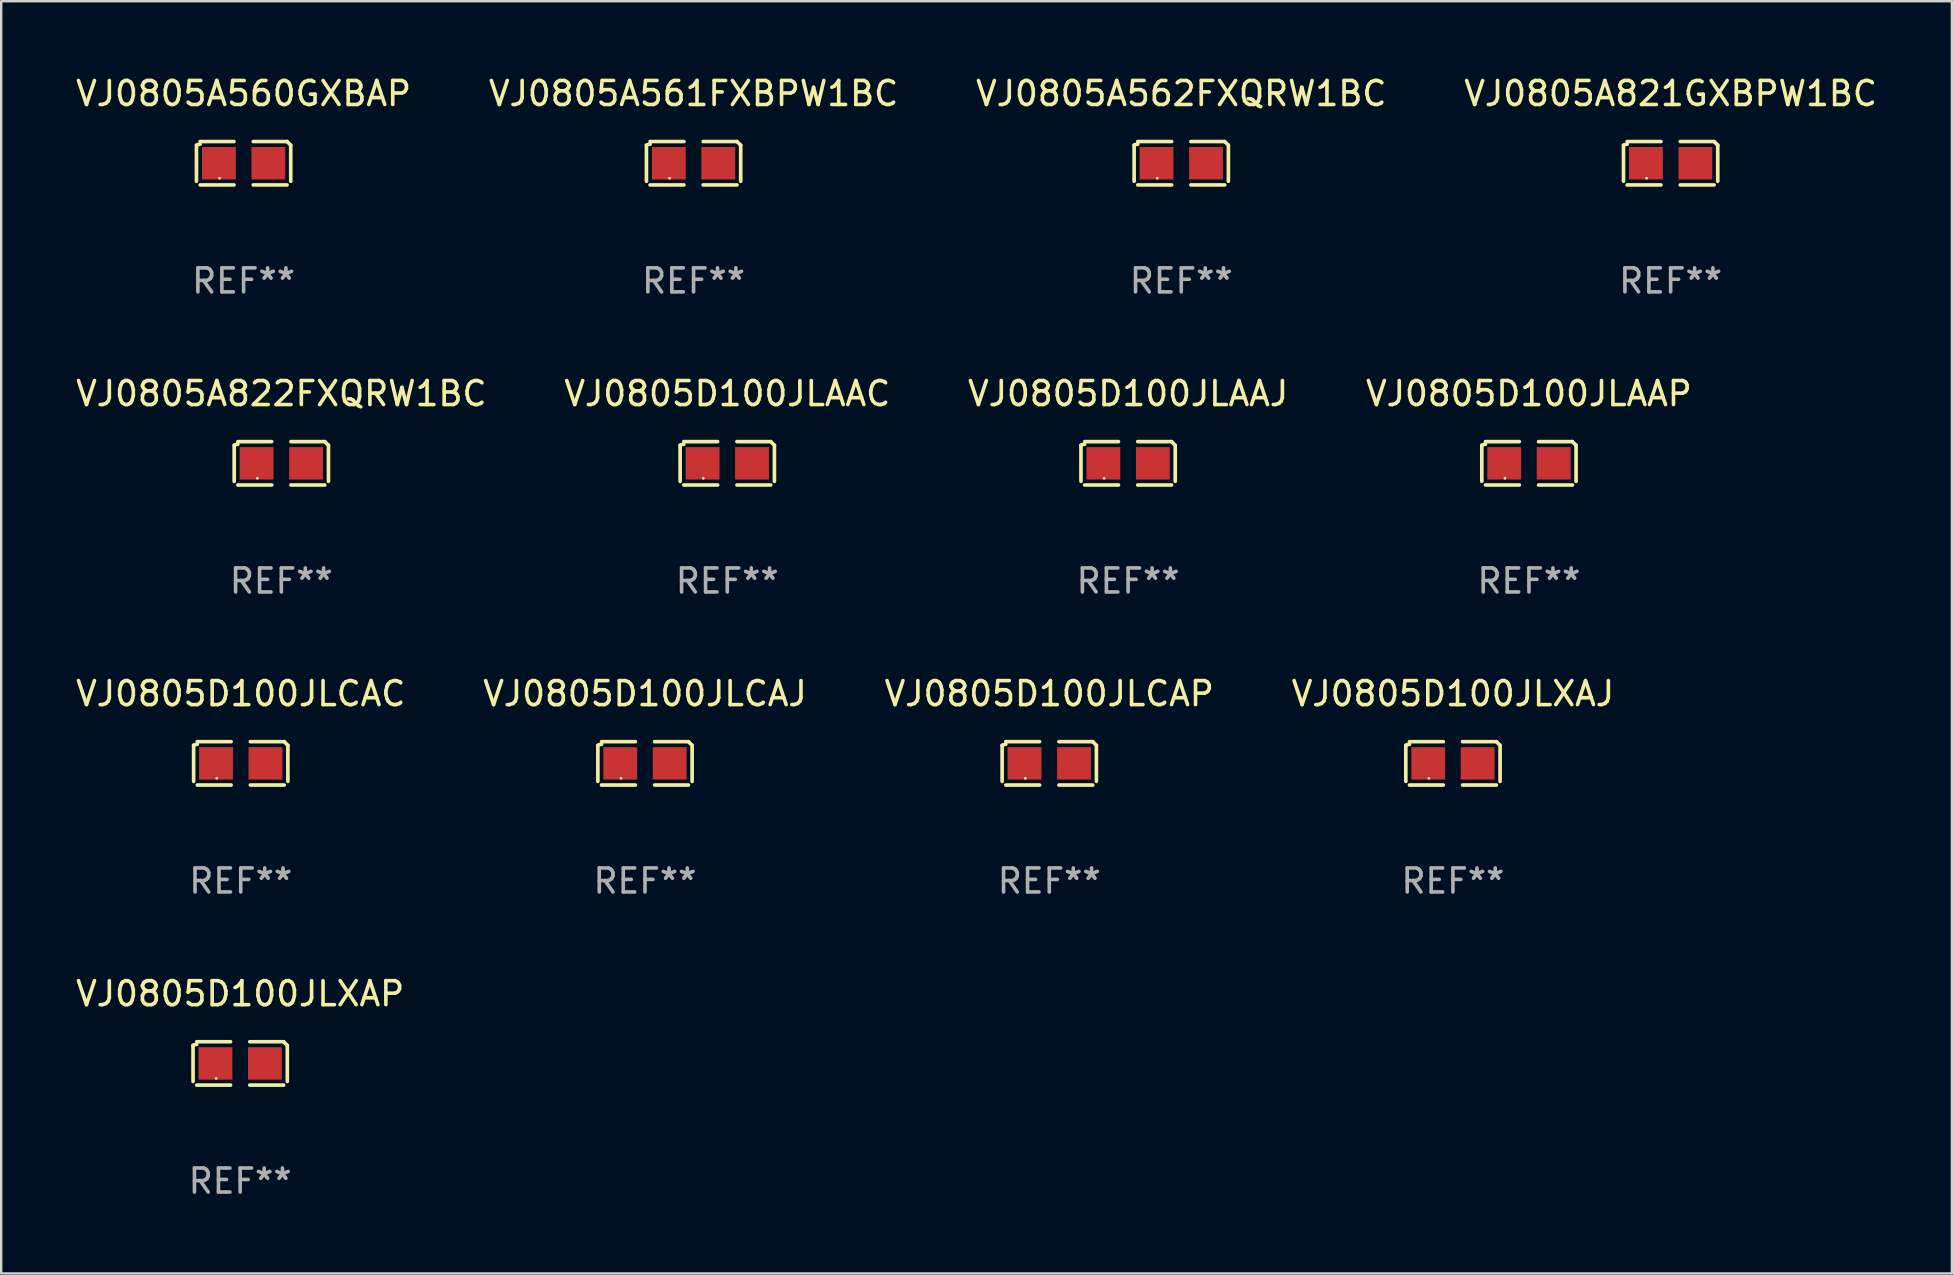
<source format=kicad_pcb>
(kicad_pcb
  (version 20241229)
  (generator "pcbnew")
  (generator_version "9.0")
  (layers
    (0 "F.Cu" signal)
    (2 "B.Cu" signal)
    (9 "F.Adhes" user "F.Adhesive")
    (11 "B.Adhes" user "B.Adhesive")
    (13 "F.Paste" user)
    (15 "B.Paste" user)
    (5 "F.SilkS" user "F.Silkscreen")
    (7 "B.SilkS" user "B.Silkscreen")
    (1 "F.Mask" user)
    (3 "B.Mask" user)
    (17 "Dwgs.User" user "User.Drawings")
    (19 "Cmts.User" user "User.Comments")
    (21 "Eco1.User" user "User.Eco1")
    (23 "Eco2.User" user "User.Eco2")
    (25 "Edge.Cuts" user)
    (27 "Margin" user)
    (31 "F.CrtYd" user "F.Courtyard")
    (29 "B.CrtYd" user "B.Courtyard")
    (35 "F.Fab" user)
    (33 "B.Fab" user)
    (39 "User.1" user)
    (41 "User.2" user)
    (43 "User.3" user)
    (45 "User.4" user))
  (footprint "VJ0805D100JLAAP"
    (layer "F.Cu")
    (at 60.661 16.256)
    (property "Reference" "VJ0805D100JLAAP" (at 0 -2.904 0) (layer "F.SilkS") (effects (font (size 1 1) (thickness 0.15))))
    (attr through_hole)
    (fp_line (start -1.964 0.751) (end -1.964 -0.751) (stroke (width 0.152) (type solid)) (layer "F.SilkS"))
    (fp_line (start -1.811 -0.904) (end -0.401 -0.904) (stroke (width 0.152) (type solid)) (layer "F.SilkS"))
    (fp_line (start -0.401 0.904) (end -1.811 0.904) (stroke (width 0.152) (type solid)) (layer "F.SilkS"))
    (fp_line (start 0.401 0.904) (end 1.811 0.904) (stroke (width 0.152) (type solid)) (layer "F.SilkS"))
    (fp_line (start 1.811 -0.904) (end 0.401 -0.904) (stroke (width 0.152) (type solid)) (layer "F.SilkS"))
    (fp_line (start 1.964 0.751) (end 1.964 -0.751) (stroke (width 0.152) (type solid)) (layer "F.SilkS"))
    (fp_arc (start -1.963602 -0.751207) (mid -1.890354 -0.783131) (end -1.811201 -0.794044) (stroke (width 0.1524) (type solid)) (layer "F.SilkS"))
    (fp_arc (start 1.811202 -0.903607) (mid 1.887413 -0.827418) (end 1.963602 -0.751207) (stroke (width 0.1524) (type solid)) (layer "F.SilkS"))
    (fp_circle (center -1 0.625) (end -0.97 0.625) (stroke (width 0.06) (type solid)) (fill no) (layer "F.SilkS"))
    (fp_text user "REF**" (at 0 4.904 0) (layer "F.Fab") (effects (font (size 1 1) (thickness 0.15))))
    (pad "1" smd rect (at -1.03 0) (size 1.41 1.35) (layers "F.Cu" "F.Mask" "F.Paste"))
    (pad "2" smd rect (at 1.03 0) (size 1.41 1.35) (layers "F.Cu" "F.Mask" "F.Paste")))
  (footprint "VJ0805D100JLCAP"
    (layer "F.Cu")
    (at 40.673 28.759)
    (property "Reference" "VJ0805D100JLCAP" (at 0 -2.904 0) (layer "F.SilkS") (effects (font (size 1 1) (thickness 0.15))))
    (attr through_hole)
    (fp_line (start -1.964 0.751) (end -1.964 -0.751) (stroke (width 0.152) (type solid)) (layer "F.SilkS"))
    (fp_line (start -1.811 -0.904) (end -0.401 -0.904) (stroke (width 0.152) (type solid)) (layer "F.SilkS"))
    (fp_line (start -0.401 0.904) (end -1.811 0.904) (stroke (width 0.152) (type solid)) (layer "F.SilkS"))
    (fp_line (start 0.401 0.904) (end 1.811 0.904) (stroke (width 0.152) (type solid)) (layer "F.SilkS"))
    (fp_line (start 1.811 -0.904) (end 0.401 -0.904) (stroke (width 0.152) (type solid)) (layer "F.SilkS"))
    (fp_line (start 1.964 0.751) (end 1.964 -0.751) (stroke (width 0.152) (type solid)) (layer "F.SilkS"))
    (fp_arc (start -1.963602 -0.751207) (mid -1.890354 -0.783131) (end -1.811201 -0.794044) (stroke (width 0.1524) (type solid)) (layer "F.SilkS"))
    (fp_arc (start 1.811202 -0.903607) (mid 1.887413 -0.827418) (end 1.963602 -0.751207) (stroke (width 0.1524) (type solid)) (layer "F.SilkS"))
    (fp_circle (center -1 0.625) (end -0.97 0.625) (stroke (width 0.06) (type solid)) (fill no) (layer "F.SilkS"))
    (fp_text user "REF**" (at 0 4.904 0) (layer "F.Fab") (effects (font (size 1 1) (thickness 0.15))))
    (pad "1" smd rect (at -1.03 0) (size 1.41 1.35) (layers "F.Cu" "F.Mask" "F.Paste"))
    (pad "2" smd rect (at 1.03 0) (size 1.41 1.35) (layers "F.Cu" "F.Mask" "F.Paste")))
  (footprint "VJ0805A562FXQRW1BC"
    (layer "F.Cu")
    (at 46.173 3.752)
    (property "Reference" "VJ0805A562FXQRW1BC" (at 0 -2.904 0) (layer "F.SilkS") (effects (font (size 1 1) (thickness 0.15))))
    (attr through_hole)
    (fp_line (start -1.964 0.751) (end -1.964 -0.751) (stroke (width 0.152) (type solid)) (layer "F.SilkS"))
    (fp_line (start -1.811 -0.904) (end -0.401 -0.904) (stroke (width 0.152) (type solid)) (layer "F.SilkS"))
    (fp_line (start -0.401 0.904) (end -1.811 0.904) (stroke (width 0.152) (type solid)) (layer "F.SilkS"))
    (fp_line (start 0.401 0.904) (end 1.811 0.904) (stroke (width 0.152) (type solid)) (layer "F.SilkS"))
    (fp_line (start 1.811 -0.904) (end 0.401 -0.904) (stroke (width 0.152) (type solid)) (layer "F.SilkS"))
    (fp_line (start 1.964 0.751) (end 1.964 -0.751) (stroke (width 0.152) (type solid)) (layer "F.SilkS"))
    (fp_arc (start -1.963602 -0.751207) (mid -1.890354 -0.783131) (end -1.811201 -0.794044) (stroke (width 0.1524) (type solid)) (layer "F.SilkS"))
    (fp_arc (start 1.811202 -0.903607) (mid 1.887413 -0.827418) (end 1.963602 -0.751207) (stroke (width 0.1524) (type solid)) (layer "F.SilkS"))
    (fp_circle (center -1 0.625) (end -0.97 0.625) (stroke (width 0.06) (type solid)) (fill no) (layer "F.SilkS"))
    (fp_text user "REF**" (at 0 4.904 0) (layer "F.Fab") (effects (font (size 1 1) (thickness 0.15))))
    (pad "1" smd rect (at -1.03 0) (size 1.41 1.35) (layers "F.Cu" "F.Mask" "F.Paste"))
    (pad "2" smd rect (at 1.03 0) (size 1.41 1.35) (layers "F.Cu" "F.Mask" "F.Paste")))
  (footprint "VJ0805D100JLAAJ"
    (layer "F.Cu")
    (at 43.958 16.256)
    (property "Reference" "VJ0805D100JLAAJ" (at 0 -2.904 0) (layer "F.SilkS") (effects (font (size 1 1) (thickness 0.15))))
    (attr through_hole)
    (fp_line (start -1.964 0.751) (end -1.964 -0.751) (stroke (width 0.152) (type solid)) (layer "F.SilkS"))
    (fp_line (start -1.811 -0.904) (end -0.401 -0.904) (stroke (width 0.152) (type solid)) (layer "F.SilkS"))
    (fp_line (start -0.401 0.904) (end -1.811 0.904) (stroke (width 0.152) (type solid)) (layer "F.SilkS"))
    (fp_line (start 0.401 0.904) (end 1.811 0.904) (stroke (width 0.152) (type solid)) (layer "F.SilkS"))
    (fp_line (start 1.811 -0.904) (end 0.401 -0.904) (stroke (width 0.152) (type solid)) (layer "F.SilkS"))
    (fp_line (start 1.964 0.751) (end 1.964 -0.751) (stroke (width 0.152) (type solid)) (layer "F.SilkS"))
    (fp_arc (start -1.963602 -0.751207) (mid -1.890354 -0.783131) (end -1.811201 -0.794044) (stroke (width 0.1524) (type solid)) (layer "F.SilkS"))
    (fp_arc (start 1.811202 -0.903607) (mid 1.887413 -0.827418) (end 1.963602 -0.751207) (stroke (width 0.1524) (type solid)) (layer "F.SilkS"))
    (fp_circle (center -1 0.625) (end -0.97 0.625) (stroke (width 0.06) (type solid)) (fill no) (layer "F.SilkS"))
    (fp_text user "REF**" (at 0 4.904 0) (layer "F.Fab") (effects (font (size 1 1) (thickness 0.15))))
    (pad "1" smd rect (at -1.03 0) (size 1.41 1.35) (layers "F.Cu" "F.Mask" "F.Paste"))
    (pad "2" smd rect (at 1.03 0) (size 1.41 1.35) (layers "F.Cu" "F.Mask" "F.Paste")))
  (footprint "VJ0805A561FXBPW1BC"
    (layer "F.Cu")
    (at 25.851 3.752)
    (property "Reference" "VJ0805A561FXBPW1BC" (at 0 -2.904 0) (layer "F.SilkS") (effects (font (size 1 1) (thickness 0.15))))
    (attr through_hole)
    (fp_line (start -1.964 0.751) (end -1.964 -0.751) (stroke (width 0.152) (type solid)) (layer "F.SilkS"))
    (fp_line (start -1.811 -0.904) (end -0.401 -0.904) (stroke (width 0.152) (type solid)) (layer "F.SilkS"))
    (fp_line (start -0.401 0.904) (end -1.811 0.904) (stroke (width 0.152) (type solid)) (layer "F.SilkS"))
    (fp_line (start 0.401 0.904) (end 1.811 0.904) (stroke (width 0.152) (type solid)) (layer "F.SilkS"))
    (fp_line (start 1.811 -0.904) (end 0.401 -0.904) (stroke (width 0.152) (type solid)) (layer "F.SilkS"))
    (fp_line (start 1.964 0.751) (end 1.964 -0.751) (stroke (width 0.152) (type solid)) (layer "F.SilkS"))
    (fp_arc (start -1.963602 -0.751207) (mid -1.890354 -0.783131) (end -1.811201 -0.794044) (stroke (width 0.1524) (type solid)) (layer "F.SilkS"))
    (fp_arc (start 1.811202 -0.903607) (mid 1.887413 -0.827418) (end 1.963602 -0.751207) (stroke (width 0.1524) (type solid)) (layer "F.SilkS"))
    (fp_circle (center -1 0.625) (end -0.97 0.625) (stroke (width 0.06) (type solid)) (fill no) (layer "F.SilkS"))
    (fp_text user "REF**" (at 0 4.904 0) (layer "F.Fab") (effects (font (size 1 1) (thickness 0.15))))
    (pad "1" smd rect (at -1.03 0) (size 1.41 1.35) (layers "F.Cu" "F.Mask" "F.Paste"))
    (pad "2" smd rect (at 1.03 0) (size 1.41 1.35) (layers "F.Cu" "F.Mask" "F.Paste")))
  (footprint "VJ0805A560GXBAP"
    (layer "F.Cu")
    (at 7.101 3.752)
    (property "Reference" "VJ0805A560GXBAP" (at 0 -2.904 0) (layer "F.SilkS") (effects (font (size 1 1) (thickness 0.15))))
    (attr through_hole)
    (fp_line (start -1.964 0.751) (end -1.964 -0.751) (stroke (width 0.152) (type solid)) (layer "F.SilkS"))
    (fp_line (start -1.811 -0.904) (end -0.401 -0.904) (stroke (width 0.152) (type solid)) (layer "F.SilkS"))
    (fp_line (start -0.401 0.904) (end -1.811 0.904) (stroke (width 0.152) (type solid)) (layer "F.SilkS"))
    (fp_line (start 0.401 0.904) (end 1.811 0.904) (stroke (width 0.152) (type solid)) (layer "F.SilkS"))
    (fp_line (start 1.811 -0.904) (end 0.401 -0.904) (stroke (width 0.152) (type solid)) (layer "F.SilkS"))
    (fp_line (start 1.964 0.751) (end 1.964 -0.751) (stroke (width 0.152) (type solid)) (layer "F.SilkS"))
    (fp_arc (start -1.963602 -0.751207) (mid -1.890354 -0.783131) (end -1.811201 -0.794044) (stroke (width 0.1524) (type solid)) (layer "F.SilkS"))
    (fp_arc (start 1.811202 -0.903607) (mid 1.887413 -0.827418) (end 1.963602 -0.751207) (stroke (width 0.1524) (type solid)) (layer "F.SilkS"))
    (fp_circle (center -1 0.625) (end -0.97 0.625) (stroke (width 0.06) (type solid)) (fill no) (layer "F.SilkS"))
    (fp_text user "REF**" (at 0 4.904 0) (layer "F.Fab") (effects (font (size 1 1) (thickness 0.15))))
    (pad "1" smd rect (at -1.03 0) (size 1.41 1.35) (layers "F.Cu" "F.Mask" "F.Paste"))
    (pad "2" smd rect (at 1.03 0) (size 1.41 1.35) (layers "F.Cu" "F.Mask" "F.Paste")))
  (footprint "VJ0805A822FXQRW1BC"
    (layer "F.Cu")
    (at 8.673 16.256)
    (property "Reference" "VJ0805A822FXQRW1BC" (at 0 -2.904 0) (layer "F.SilkS") (effects (font (size 1 1) (thickness 0.15))))
    (attr through_hole)
    (fp_line (start -1.964 0.751) (end -1.964 -0.751) (stroke (width 0.152) (type solid)) (layer "F.SilkS"))
    (fp_line (start -1.811 -0.904) (end -0.401 -0.904) (stroke (width 0.152) (type solid)) (layer "F.SilkS"))
    (fp_line (start -0.401 0.904) (end -1.811 0.904) (stroke (width 0.152) (type solid)) (layer "F.SilkS"))
    (fp_line (start 0.401 0.904) (end 1.811 0.904) (stroke (width 0.152) (type solid)) (layer "F.SilkS"))
    (fp_line (start 1.811 -0.904) (end 0.401 -0.904) (stroke (width 0.152) (type solid)) (layer "F.SilkS"))
    (fp_line (start 1.964 0.751) (end 1.964 -0.751) (stroke (width 0.152) (type solid)) (layer "F.SilkS"))
    (fp_arc (start -1.963602 -0.751207) (mid -1.890354 -0.783131) (end -1.811201 -0.794044) (stroke (width 0.1524) (type solid)) (layer "F.SilkS"))
    (fp_arc (start 1.811202 -0.903607) (mid 1.887413 -0.827418) (end 1.963602 -0.751207) (stroke (width 0.1524) (type solid)) (layer "F.SilkS"))
    (fp_circle (center -1 0.625) (end -0.97 0.625) (stroke (width 0.06) (type solid)) (fill no) (layer "F.SilkS"))
    (fp_text user "REF**" (at 0 4.904 0) (layer "F.Fab") (effects (font (size 1 1) (thickness 0.15))))
    (pad "1" smd rect (at -1.03 0) (size 1.41 1.35) (layers "F.Cu" "F.Mask" "F.Paste"))
    (pad "2" smd rect (at 1.03 0) (size 1.41 1.35) (layers "F.Cu" "F.Mask" "F.Paste")))
  (footprint "VJ0805D100JLCAC"
    (layer "F.Cu")
    (at 6.982 28.759)
    (property "Reference" "VJ0805D100JLCAC" (at 0 -2.904 0) (layer "F.SilkS") (effects (font (size 1 1) (thickness 0.15))))
    (attr through_hole)
    (fp_line (start -1.964 0.751) (end -1.964 -0.751) (stroke (width 0.152) (type solid)) (layer "F.SilkS"))
    (fp_line (start -1.811 -0.904) (end -0.401 -0.904) (stroke (width 0.152) (type solid)) (layer "F.SilkS"))
    (fp_line (start -0.401 0.904) (end -1.811 0.904) (stroke (width 0.152) (type solid)) (layer "F.SilkS"))
    (fp_line (start 0.401 0.904) (end 1.811 0.904) (stroke (width 0.152) (type solid)) (layer "F.SilkS"))
    (fp_line (start 1.811 -0.904) (end 0.401 -0.904) (stroke (width 0.152) (type solid)) (layer "F.SilkS"))
    (fp_line (start 1.964 0.751) (end 1.964 -0.751) (stroke (width 0.152) (type solid)) (layer "F.SilkS"))
    (fp_arc (start -1.963602 -0.751207) (mid -1.890354 -0.783131) (end -1.811201 -0.794044) (stroke (width 0.1524) (type solid)) (layer "F.SilkS"))
    (fp_arc (start 1.811202 -0.903607) (mid 1.887413 -0.827418) (end 1.963602 -0.751207) (stroke (width 0.1524) (type solid)) (layer "F.SilkS"))
    (fp_circle (center -1 0.625) (end -0.97 0.625) (stroke (width 0.06) (type solid)) (fill no) (layer "F.SilkS"))
    (fp_text user "REF**" (at 0 4.904 0) (layer "F.Fab") (effects (font (size 1 1) (thickness 0.15))))
    (pad "1" smd rect (at -1.03 0) (size 1.41 1.35) (layers "F.Cu" "F.Mask" "F.Paste"))
    (pad "2" smd rect (at 1.03 0) (size 1.41 1.35) (layers "F.Cu" "F.Mask" "F.Paste")))
  (footprint "VJ0805D100JLCAJ"
    (layer "F.Cu")
    (at 23.827 28.759)
    (property "Reference" "VJ0805D100JLCAJ" (at 0 -2.904 0) (layer "F.SilkS") (effects (font (size 1 1) (thickness 0.15))))
    (attr through_hole)
    (fp_line (start -1.964 0.751) (end -1.964 -0.751) (stroke (width 0.152) (type solid)) (layer "F.SilkS"))
    (fp_line (start -1.811 -0.904) (end -0.401 -0.904) (stroke (width 0.152) (type solid)) (layer "F.SilkS"))
    (fp_line (start -0.401 0.904) (end -1.811 0.904) (stroke (width 0.152) (type solid)) (layer "F.SilkS"))
    (fp_line (start 0.401 0.904) (end 1.811 0.904) (stroke (width 0.152) (type solid)) (layer "F.SilkS"))
    (fp_line (start 1.811 -0.904) (end 0.401 -0.904) (stroke (width 0.152) (type solid)) (layer "F.SilkS"))
    (fp_line (start 1.964 0.751) (end 1.964 -0.751) (stroke (width 0.152) (type solid)) (layer "F.SilkS"))
    (fp_arc (start -1.963602 -0.751207) (mid -1.890354 -0.783131) (end -1.811201 -0.794044) (stroke (width 0.1524) (type solid)) (layer "F.SilkS"))
    (fp_arc (start 1.811202 -0.903607) (mid 1.887413 -0.827418) (end 1.963602 -0.751207) (stroke (width 0.1524) (type solid)) (layer "F.SilkS"))
    (fp_circle (center -1 0.625) (end -0.97 0.625) (stroke (width 0.06) (type solid)) (fill no) (layer "F.SilkS"))
    (fp_text user "REF**" (at 0 4.904 0) (layer "F.Fab") (effects (font (size 1 1) (thickness 0.15))))
    (pad "1" smd rect (at -1.03 0) (size 1.41 1.35) (layers "F.Cu" "F.Mask" "F.Paste"))
    (pad "2" smd rect (at 1.03 0) (size 1.41 1.35) (layers "F.Cu" "F.Mask" "F.Paste")))
  (footprint "VJ0805D100JLXAJ"
    (layer "F.Cu")
    (at 57.494 28.759)
    (property "Reference" "VJ0805D100JLXAJ" (at 0 -2.904 0) (layer "F.SilkS") (effects (font (size 1 1) (thickness 0.15))))
    (attr through_hole)
    (fp_line (start -1.964 0.751) (end -1.964 -0.751) (stroke (width 0.152) (type solid)) (layer "F.SilkS"))
    (fp_line (start -1.811 -0.904) (end -0.401 -0.904) (stroke (width 0.152) (type solid)) (layer "F.SilkS"))
    (fp_line (start -0.401 0.904) (end -1.811 0.904) (stroke (width 0.152) (type solid)) (layer "F.SilkS"))
    (fp_line (start 0.401 0.904) (end 1.811 0.904) (stroke (width 0.152) (type solid)) (layer "F.SilkS"))
    (fp_line (start 1.811 -0.904) (end 0.401 -0.904) (stroke (width 0.152) (type solid)) (layer "F.SilkS"))
    (fp_line (start 1.964 0.751) (end 1.964 -0.751) (stroke (width 0.152) (type solid)) (layer "F.SilkS"))
    (fp_arc (start -1.963602 -0.751207) (mid -1.890354 -0.783131) (end -1.811201 -0.794044) (stroke (width 0.1524) (type solid)) (layer "F.SilkS"))
    (fp_arc (start 1.811202 -0.903607) (mid 1.887413 -0.827418) (end 1.963602 -0.751207) (stroke (width 0.1524) (type solid)) (layer "F.SilkS"))
    (fp_circle (center -1 0.625) (end -0.97 0.625) (stroke (width 0.06) (type solid)) (fill no) (layer "F.SilkS"))
    (fp_text user "REF**" (at 0 4.904 0) (layer "F.Fab") (effects (font (size 1 1) (thickness 0.15))))
    (pad "1" smd rect (at -1.03 0) (size 1.41 1.35) (layers "F.Cu" "F.Mask" "F.Paste"))
    (pad "2" smd rect (at 1.03 0) (size 1.41 1.35) (layers "F.Cu" "F.Mask" "F.Paste")))
  (footprint "VJ0805D100JLAAC"
    (layer "F.Cu")
    (at 27.256 16.256)
    (property "Reference" "VJ0805D100JLAAC" (at 0 -2.904 0) (layer "F.SilkS") (effects (font (size 1 1) (thickness 0.15))))
    (attr through_hole)
    (fp_line (start -1.964 0.751) (end -1.964 -0.751) (stroke (width 0.152) (type solid)) (layer "F.SilkS"))
    (fp_line (start -1.811 -0.904) (end -0.401 -0.904) (stroke (width 0.152) (type solid)) (layer "F.SilkS"))
    (fp_line (start -0.401 0.904) (end -1.811 0.904) (stroke (width 0.152) (type solid)) (layer "F.SilkS"))
    (fp_line (start 0.401 0.904) (end 1.811 0.904) (stroke (width 0.152) (type solid)) (layer "F.SilkS"))
    (fp_line (start 1.811 -0.904) (end 0.401 -0.904) (stroke (width 0.152) (type solid)) (layer "F.SilkS"))
    (fp_line (start 1.964 0.751) (end 1.964 -0.751) (stroke (width 0.152) (type solid)) (layer "F.SilkS"))
    (fp_arc (start -1.963602 -0.751207) (mid -1.890354 -0.783131) (end -1.811201 -0.794044) (stroke (width 0.1524) (type solid)) (layer "F.SilkS"))
    (fp_arc (start 1.811202 -0.903607) (mid 1.887413 -0.827418) (end 1.963602 -0.751207) (stroke (width 0.1524) (type solid)) (layer "F.SilkS"))
    (fp_circle (center -1 0.625) (end -0.97 0.625) (stroke (width 0.06) (type solid)) (fill no) (layer "F.SilkS"))
    (fp_text user "REF**" (at 0 4.904 0) (layer "F.Fab") (effects (font (size 1 1) (thickness 0.15))))
    (pad "1" smd rect (at -1.03 0) (size 1.41 1.35) (layers "F.Cu" "F.Mask" "F.Paste"))
    (pad "2" smd rect (at 1.03 0) (size 1.41 1.35) (layers "F.Cu" "F.Mask" "F.Paste")))
  (footprint "VJ0805A821GXBPW1BC"
    (layer "F.Cu")
    (at 66.565 3.752)
    (property "Reference" "VJ0805A821GXBPW1BC" (at 0 -2.904 0) (layer "F.SilkS") (effects (font (size 1 1) (thickness 0.15))))
    (attr through_hole)
    (fp_line (start -1.964 0.751) (end -1.964 -0.751) (stroke (width 0.152) (type solid)) (layer "F.SilkS"))
    (fp_line (start -1.811 -0.904) (end -0.401 -0.904) (stroke (width 0.152) (type solid)) (layer "F.SilkS"))
    (fp_line (start -0.401 0.904) (end -1.811 0.904) (stroke (width 0.152) (type solid)) (layer "F.SilkS"))
    (fp_line (start 0.401 0.904) (end 1.811 0.904) (stroke (width 0.152) (type solid)) (layer "F.SilkS"))
    (fp_line (start 1.811 -0.904) (end 0.401 -0.904) (stroke (width 0.152) (type solid)) (layer "F.SilkS"))
    (fp_line (start 1.964 0.751) (end 1.964 -0.751) (stroke (width 0.152) (type solid)) (layer "F.SilkS"))
    (fp_arc (start -1.963602 -0.751207) (mid -1.890354 -0.783131) (end -1.811201 -0.794044) (stroke (width 0.1524) (type solid)) (layer "F.SilkS"))
    (fp_arc (start 1.811202 -0.903607) (mid 1.887413 -0.827418) (end 1.963602 -0.751207) (stroke (width 0.1524) (type solid)) (layer "F.SilkS"))
    (fp_circle (center -1 0.625) (end -0.97 0.625) (stroke (width 0.06) (type solid)) (fill no) (layer "F.SilkS"))
    (fp_text user "REF**" (at 0 4.904 0) (layer "F.Fab") (effects (font (size 1 1) (thickness 0.15))))
    (pad "1" smd rect (at -1.03 0) (size 1.41 1.35) (layers "F.Cu" "F.Mask" "F.Paste"))
    (pad "2" smd rect (at 1.03 0) (size 1.41 1.35) (layers "F.Cu" "F.Mask" "F.Paste")))
  (footprint "VJ0805D100JLXAP"
    (layer "F.Cu")
    (at 6.958 41.263)
    (property "Reference" "VJ0805D100JLXAP" (at 0 -2.904 0) (layer "F.SilkS") (effects (font (size 1 1) (thickness 0.15))))
    (attr through_hole)
    (fp_line (start -1.964 0.751) (end -1.964 -0.751) (stroke (width 0.152) (type solid)) (layer "F.SilkS"))
    (fp_line (start -1.811 -0.904) (end -0.401 -0.904) (stroke (width 0.152) (type solid)) (layer "F.SilkS"))
    (fp_line (start -0.401 0.904) (end -1.811 0.904) (stroke (width 0.152) (type solid)) (layer "F.SilkS"))
    (fp_line (start 0.401 0.904) (end 1.811 0.904) (stroke (width 0.152) (type solid)) (layer "F.SilkS"))
    (fp_line (start 1.811 -0.904) (end 0.401 -0.904) (stroke (width 0.152) (type solid)) (layer "F.SilkS"))
    (fp_line (start 1.964 0.751) (end 1.964 -0.751) (stroke (width 0.152) (type solid)) (layer "F.SilkS"))
    (fp_arc (start -1.963602 -0.751207) (mid -1.890354 -0.783131) (end -1.811201 -0.794044) (stroke (width 0.1524) (type solid)) (layer "F.SilkS"))
    (fp_arc (start 1.811202 -0.903607) (mid 1.887413 -0.827418) (end 1.963602 -0.751207) (stroke (width 0.1524) (type solid)) (layer "F.SilkS"))
    (fp_circle (center -1 0.625) (end -0.97 0.625) (stroke (width 0.06) (type solid)) (fill no) (layer "F.SilkS"))
    (fp_text user "REF**" (at 0 4.904 0) (layer "F.Fab") (effects (font (size 1 1) (thickness 0.15))))
    (pad "1" smd rect (at -1.03 0) (size 1.41 1.35) (layers "F.Cu" "F.Mask" "F.Paste"))
    (pad "2" smd rect (at 1.03 0) (size 1.41 1.35) (layers "F.Cu" "F.Mask" "F.Paste")))
  (gr_rect
    (start -3 -3)
    (end 78.286 50.015)
    (stroke (width 0.1) (type default))
    (fill no)
    (layer "Edge.Cuts")))
</source>
